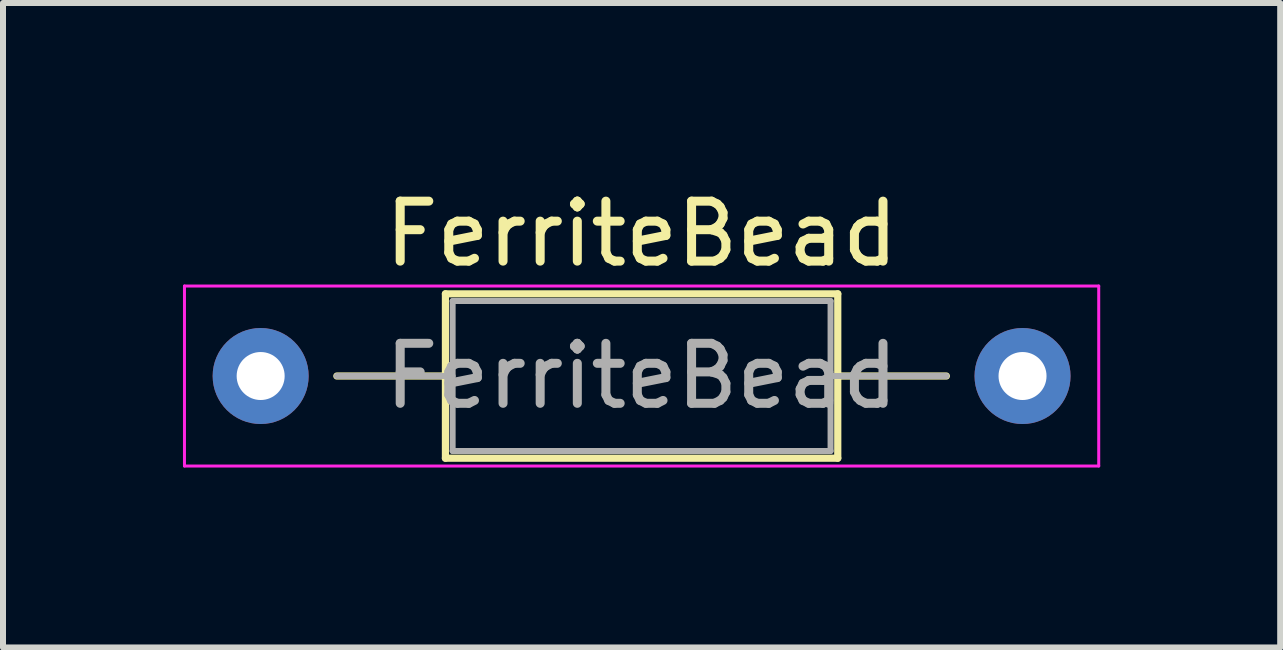
<source format=kicad_pcb>
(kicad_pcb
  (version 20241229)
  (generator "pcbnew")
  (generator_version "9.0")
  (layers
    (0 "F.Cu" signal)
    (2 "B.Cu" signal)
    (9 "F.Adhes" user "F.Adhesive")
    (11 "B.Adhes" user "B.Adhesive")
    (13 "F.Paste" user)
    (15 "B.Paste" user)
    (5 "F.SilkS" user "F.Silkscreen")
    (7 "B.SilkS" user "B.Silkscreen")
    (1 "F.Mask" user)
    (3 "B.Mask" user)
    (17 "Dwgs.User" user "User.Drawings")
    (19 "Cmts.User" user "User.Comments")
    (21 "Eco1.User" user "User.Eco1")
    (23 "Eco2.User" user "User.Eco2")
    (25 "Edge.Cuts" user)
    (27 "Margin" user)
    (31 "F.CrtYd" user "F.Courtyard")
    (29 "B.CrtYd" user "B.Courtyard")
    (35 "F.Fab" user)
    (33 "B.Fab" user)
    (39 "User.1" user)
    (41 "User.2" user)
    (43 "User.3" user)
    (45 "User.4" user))
  (footprint "FerriteBead"
    (layer "F.Cu")
    (at 2.565 3.218)
    (property "Reference" "FerriteBead" (at 5.08 -2.37 0) (layer "F.SilkS") (effects (font (size 1 1) (thickness 0.15))))
    (attr through_hole)
    (fp_line (start 0 0) (end 1.81 0) (stroke (width 0.12) (type solid)) (layer "F.SilkS"))
    (fp_line (start 1.81 -1.37) (end 1.81 1.37) (stroke (width 0.12) (type solid)) (layer "F.SilkS"))
    (fp_line (start 1.81 1.37) (end 8.35 1.37) (stroke (width 0.12) (type solid)) (layer "F.SilkS"))
    (fp_line (start 8.35 -1.37) (end 1.81 -1.37) (stroke (width 0.12) (type solid)) (layer "F.SilkS"))
    (fp_line (start 8.35 1.37) (end 8.35 -1.37) (stroke (width 0.12) (type solid)) (layer "F.SilkS"))
    (fp_line (start 10.16 0) (end 8.35 0) (stroke (width 0.12) (type solid)) (layer "F.SilkS"))
    (fp_line (start -2.54 -1.5) (end -2.54 1.5) (stroke (width 0.05) (type solid)) (layer "F.CrtYd"))
    (fp_line (start -2.54 1.5) (end 12.7 1.5) (stroke (width 0.05) (type solid)) (layer "F.CrtYd"))
    (fp_line (start 12.7 -1.5) (end -2.54 -1.5) (stroke (width 0.05) (type solid)) (layer "F.CrtYd"))
    (fp_line (start 12.7 1.5) (end 12.7 -1.5) (stroke (width 0.05) (type solid)) (layer "F.CrtYd"))
    (fp_line (start 0 0) (end 1.93 0) (stroke (width 0.1) (type solid)) (layer "F.Fab"))
    (fp_line (start 1.93 -1.25) (end 1.93 1.25) (stroke (width 0.1) (type solid)) (layer "F.Fab"))
    (fp_line (start 1.93 1.25) (end 8.23 1.25) (stroke (width 0.1) (type solid)) (layer "F.Fab"))
    (fp_line (start 8.23 -1.25) (end 1.93 -1.25) (stroke (width 0.1) (type solid)) (layer "F.Fab"))
    (fp_line (start 8.23 1.25) (end 8.23 -1.25) (stroke (width 0.1) (type solid)) (layer "F.Fab"))
    (fp_line (start 10.16 0) (end 8.23 0) (stroke (width 0.1) (type solid)) (layer "F.Fab"))
    (fp_text user "${REFERENCE}" (at 5.08 0 0) (layer "F.Fab") (effects (font (size 1 1) (thickness 0.15))))
    (pad "1" thru_hole circle (at -1.27 0) (size 1.6 1.6) (drill 0.8) (layers "*.Cu" "*.Mask"))
    (pad "2" thru_hole oval (at 11.43 0) (size 1.6 1.6) (drill 0.8) (layers "*.Cu" "*.Mask")))
  (gr_rect
    (start -3 -3)
    (end 18.29 7.743)
    (stroke (width 0.1) (type default))
    (fill no)
    (layer "Edge.Cuts")))
</source>
